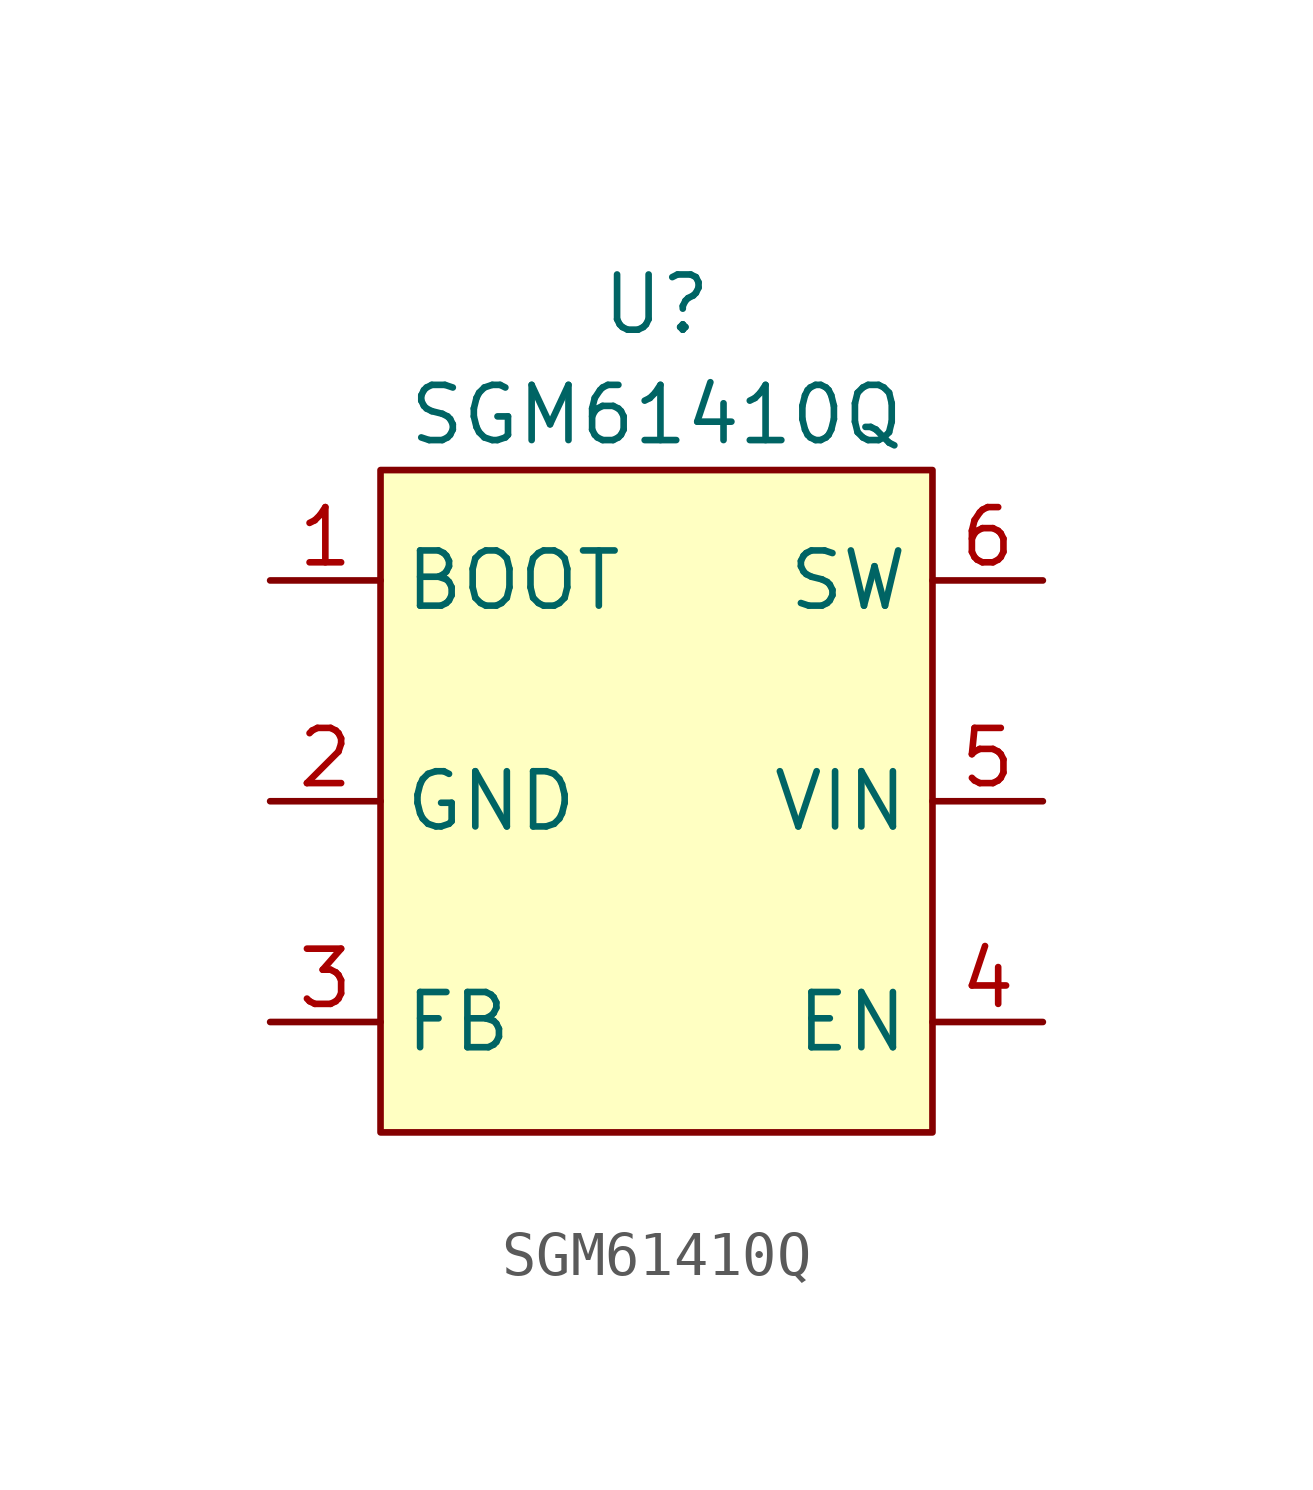
<source format=kicad_sym>
(kicad_symbol_lib
  (version 20220914)
  (generator kicad_symbol_editor)
  (symbol "SGM61410Q"
    (property "Reference" "U"
      (at 0 2.54 0)
      (effects (font (size 1.27 1.27))))
    (property "Value" "SGM61410Q"
      (at 0 0 0)
      (effects (font (size 1.27 1.27))))
    (symbol "SGM61410Q_1_1"
      (rectangle (start -6.35 -1.27) (end 6.35 -16.51) (stroke (width 0) (type default)) (fill (type background)))
      (pin input line (at -8.89 -3.81 0) (length 2.54) (name "BOOT" (effects (font (size 1.27 1.27)))) (number "1" (effects (font (size 1.27 1.27)))))
      (pin power_in line (at -8.89 -8.89 0) (length 2.54) (name "GND" (effects (font (size 1.27 1.27)))) (number "2" (effects (font (size 1.27 1.27)))))
      (pin input line (at -8.89 -13.97 0) (length 2.54) (name "FB" (effects (font (size 1.27 1.27)))) (number "3" (effects (font (size 1.27 1.27)))))
      (pin input line (at 8.89 -13.97 180) (length 2.54) (name "EN" (effects (font (size 1.27 1.27)))) (number "4" (effects (font (size 1.27 1.27)))))
      (pin power_in line (at 8.89 -8.89 180) (length 2.54) (name "VIN" (effects (font (size 1.27 1.27)))) (number "5" (effects (font (size 1.27 1.27)))))
      (pin power_out line (at 8.89 -3.81 180) (length 2.54) (name "SW" (effects (font (size 1.27 1.27)))) (number "6" (effects (font (size 1.27 1.27))))))))
</source>
